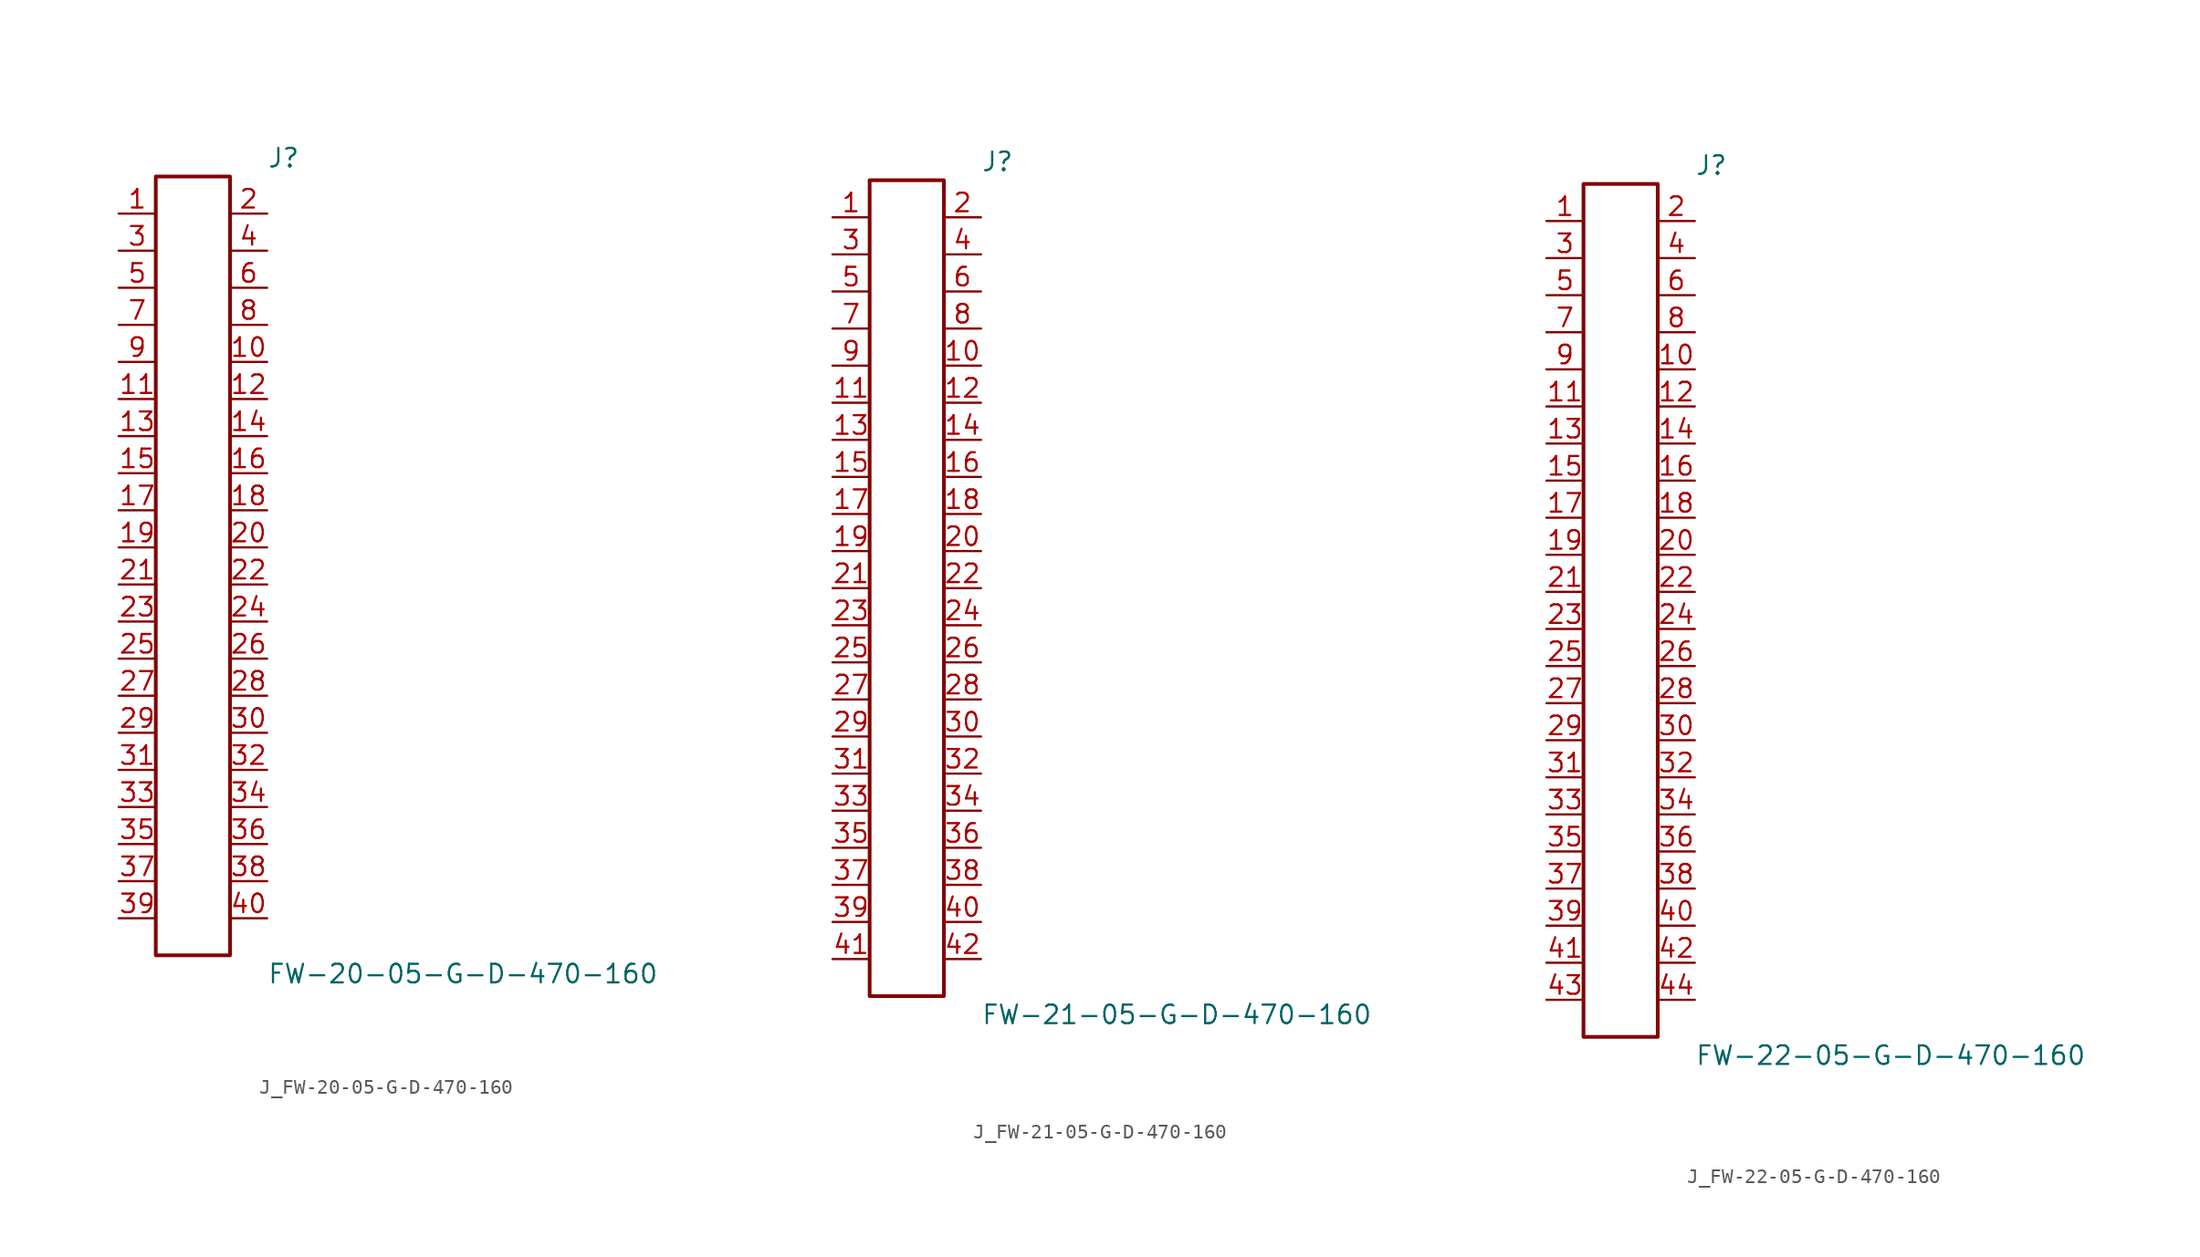
<source format=kicad_sym>
(kicad_symbol_lib
  (version 20231120)
  (generator kicad_symbol_editor)
  (generator_version 8.0)
  (symbol "J_FW-20-05-G-D-470-160"
    (pin_names
      (offset 0.254))
    (property "Reference" "J"
      (at 5.08 27.94 0)
      (effects (font (size 1.27 1.27)) (justify left)))
    (property "Value" "FW-20-05-G-D-470-160"
      (at 5.08 -27.94 0)
      (effects (font (size 1.27 1.27)) (justify left)))
    (symbol "J_FW-20-05-G-D-470-160_0_0"
      (pin unspecified line (at -5.08 24.13 0) (length 2.54) (name "" (effects (font (size 1.27 1.27)))) (number "1" (effects (font (size 1.27 1.27)))))
      (pin unspecified line (at 5.08 24.13 180) (length 2.54) (name "" (effects (font (size 1.27 1.27)))) (number "2" (effects (font (size 1.27 1.27)))))
      (pin unspecified line (at -5.08 21.59 0) (length 2.54) (name "" (effects (font (size 1.27 1.27)))) (number "3" (effects (font (size 1.27 1.27)))))
      (pin unspecified line (at 5.08 21.59 180) (length 2.54) (name "" (effects (font (size 1.27 1.27)))) (number "4" (effects (font (size 1.27 1.27)))))
      (pin unspecified line (at -5.08 19.05 0) (length 2.54) (name "" (effects (font (size 1.27 1.27)))) (number "5" (effects (font (size 1.27 1.27)))))
      (pin unspecified line (at 5.08 19.05 180) (length 2.54) (name "" (effects (font (size 1.27 1.27)))) (number "6" (effects (font (size 1.27 1.27)))))
      (pin unspecified line (at -5.08 16.51 0) (length 2.54) (name "" (effects (font (size 1.27 1.27)))) (number "7" (effects (font (size 1.27 1.27)))))
      (pin unspecified line (at 5.08 16.51 180) (length 2.54) (name "" (effects (font (size 1.27 1.27)))) (number "8" (effects (font (size 1.27 1.27)))))
      (pin unspecified line (at -5.08 13.97 0) (length 2.54) (name "" (effects (font (size 1.27 1.27)))) (number "9" (effects (font (size 1.27 1.27)))))
      (pin unspecified line (at 5.08 13.97 180) (length 2.54) (name "" (effects (font (size 1.27 1.27)))) (number "10" (effects (font (size 1.27 1.27)))))
      (pin unspecified line (at -5.08 11.43 0) (length 2.54) (name "" (effects (font (size 1.27 1.27)))) (number "11" (effects (font (size 1.27 1.27)))))
      (pin unspecified line (at 5.08 11.43 180) (length 2.54) (name "" (effects (font (size 1.27 1.27)))) (number "12" (effects (font (size 1.27 1.27)))))
      (pin unspecified line (at -5.08 8.89 0) (length 2.54) (name "" (effects (font (size 1.27 1.27)))) (number "13" (effects (font (size 1.27 1.27)))))
      (pin unspecified line (at 5.08 8.89 180) (length 2.54) (name "" (effects (font (size 1.27 1.27)))) (number "14" (effects (font (size 1.27 1.27)))))
      (pin unspecified line (at -5.08 6.35 0) (length 2.54) (name "" (effects (font (size 1.27 1.27)))) (number "15" (effects (font (size 1.27 1.27)))))
      (pin unspecified line (at 5.08 6.35 180) (length 2.54) (name "" (effects (font (size 1.27 1.27)))) (number "16" (effects (font (size 1.27 1.27)))))
      (pin unspecified line (at -5.08 3.81 0) (length 2.54) (name "" (effects (font (size 1.27 1.27)))) (number "17" (effects (font (size 1.27 1.27)))))
      (pin unspecified line (at 5.08 3.81 180) (length 2.54) (name "" (effects (font (size 1.27 1.27)))) (number "18" (effects (font (size 1.27 1.27)))))
      (pin unspecified line (at -5.08 1.27 0) (length 2.54) (name "" (effects (font (size 1.27 1.27)))) (number "19" (effects (font (size 1.27 1.27)))))
      (pin unspecified line (at 5.08 1.27 180) (length 2.54) (name "" (effects (font (size 1.27 1.27)))) (number "20" (effects (font (size 1.27 1.27)))))
      (pin unspecified line (at -5.08 -1.27 0) (length 2.54) (name "" (effects (font (size 1.27 1.27)))) (number "21" (effects (font (size 1.27 1.27)))))
      (pin unspecified line (at 5.08 -1.27 180) (length 2.54) (name "" (effects (font (size 1.27 1.27)))) (number "22" (effects (font (size 1.27 1.27)))))
      (pin unspecified line (at -5.08 -3.81 0) (length 2.54) (name "" (effects (font (size 1.27 1.27)))) (number "23" (effects (font (size 1.27 1.27)))))
      (pin unspecified line (at 5.08 -3.81 180) (length 2.54) (name "" (effects (font (size 1.27 1.27)))) (number "24" (effects (font (size 1.27 1.27)))))
      (pin unspecified line (at -5.08 -6.35 0) (length 2.54) (name "" (effects (font (size 1.27 1.27)))) (number "25" (effects (font (size 1.27 1.27)))))
      (pin unspecified line (at 5.08 -6.35 180) (length 2.54) (name "" (effects (font (size 1.27 1.27)))) (number "26" (effects (font (size 1.27 1.27)))))
      (pin unspecified line (at -5.08 -8.89 0) (length 2.54) (name "" (effects (font (size 1.27 1.27)))) (number "27" (effects (font (size 1.27 1.27)))))
      (pin unspecified line (at 5.08 -8.89 180) (length 2.54) (name "" (effects (font (size 1.27 1.27)))) (number "28" (effects (font (size 1.27 1.27)))))
      (pin unspecified line (at -5.08 -11.43 0) (length 2.54) (name "" (effects (font (size 1.27 1.27)))) (number "29" (effects (font (size 1.27 1.27)))))
      (pin unspecified line (at 5.08 -11.43 180) (length 2.54) (name "" (effects (font (size 1.27 1.27)))) (number "30" (effects (font (size 1.27 1.27)))))
      (pin unspecified line (at -5.08 -13.97 0) (length 2.54) (name "" (effects (font (size 1.27 1.27)))) (number "31" (effects (font (size 1.27 1.27)))))
      (pin unspecified line (at 5.08 -13.97 180) (length 2.54) (name "" (effects (font (size 1.27 1.27)))) (number "32" (effects (font (size 1.27 1.27)))))
      (pin unspecified line (at -5.08 -16.51 0) (length 2.54) (name "" (effects (font (size 1.27 1.27)))) (number "33" (effects (font (size 1.27 1.27)))))
      (pin unspecified line (at 5.08 -16.51 180) (length 2.54) (name "" (effects (font (size 1.27 1.27)))) (number "34" (effects (font (size 1.27 1.27)))))
      (pin unspecified line (at -5.08 -19.05 0) (length 2.54) (name "" (effects (font (size 1.27 1.27)))) (number "35" (effects (font (size 1.27 1.27)))))
      (pin unspecified line (at 5.08 -19.05 180) (length 2.54) (name "" (effects (font (size 1.27 1.27)))) (number "36" (effects (font (size 1.27 1.27)))))
      (pin unspecified line (at -5.08 -21.59 0) (length 2.54) (name "" (effects (font (size 1.27 1.27)))) (number "37" (effects (font (size 1.27 1.27)))))
      (pin unspecified line (at 5.08 -21.59 180) (length 2.54) (name "" (effects (font (size 1.27 1.27)))) (number "38" (effects (font (size 1.27 1.27)))))
      (pin unspecified line (at -5.08 -24.13 0) (length 2.54) (name "" (effects (font (size 1.27 1.27)))) (number "39" (effects (font (size 1.27 1.27)))))
      (pin unspecified line (at 5.08 -24.13 180) (length 2.54) (name "" (effects (font (size 1.27 1.27)))) (number "40" (effects (font (size 1.27 1.27))))))
    (symbol "J_FW-20-05-G-D-470-160_1_0"
      (rectangle (start -2.54 26.67) (end 2.54 -26.67) (stroke (width 0.254) (type solid)) (fill (type none)))))
  (symbol "J_FW-21-05-G-D-470-160"
    (pin_names
      (offset 0.254))
    (property "Reference" "J"
      (at 5.08 29.21 0)
      (effects (font (size 1.27 1.27)) (justify left)))
    (property "Value" "FW-21-05-G-D-470-160"
      (at 5.08 -29.21 0)
      (effects (font (size 1.27 1.27)) (justify left)))
    (symbol "J_FW-21-05-G-D-470-160_0_0"
      (pin unspecified line (at -5.08 25.4 0) (length 2.54) (name "" (effects (font (size 1.27 1.27)))) (number "1" (effects (font (size 1.27 1.27)))))
      (pin unspecified line (at 5.08 25.4 180) (length 2.54) (name "" (effects (font (size 1.27 1.27)))) (number "2" (effects (font (size 1.27 1.27)))))
      (pin unspecified line (at -5.08 22.86 0) (length 2.54) (name "" (effects (font (size 1.27 1.27)))) (number "3" (effects (font (size 1.27 1.27)))))
      (pin unspecified line (at 5.08 22.86 180) (length 2.54) (name "" (effects (font (size 1.27 1.27)))) (number "4" (effects (font (size 1.27 1.27)))))
      (pin unspecified line (at -5.08 20.32 0) (length 2.54) (name "" (effects (font (size 1.27 1.27)))) (number "5" (effects (font (size 1.27 1.27)))))
      (pin unspecified line (at 5.08 20.32 180) (length 2.54) (name "" (effects (font (size 1.27 1.27)))) (number "6" (effects (font (size 1.27 1.27)))))
      (pin unspecified line (at -5.08 17.78 0) (length 2.54) (name "" (effects (font (size 1.27 1.27)))) (number "7" (effects (font (size 1.27 1.27)))))
      (pin unspecified line (at 5.08 17.78 180) (length 2.54) (name "" (effects (font (size 1.27 1.27)))) (number "8" (effects (font (size 1.27 1.27)))))
      (pin unspecified line (at -5.08 15.24 0) (length 2.54) (name "" (effects (font (size 1.27 1.27)))) (number "9" (effects (font (size 1.27 1.27)))))
      (pin unspecified line (at 5.08 15.24 180) (length 2.54) (name "" (effects (font (size 1.27 1.27)))) (number "10" (effects (font (size 1.27 1.27)))))
      (pin unspecified line (at -5.08 12.7 0) (length 2.54) (name "" (effects (font (size 1.27 1.27)))) (number "11" (effects (font (size 1.27 1.27)))))
      (pin unspecified line (at 5.08 12.7 180) (length 2.54) (name "" (effects (font (size 1.27 1.27)))) (number "12" (effects (font (size 1.27 1.27)))))
      (pin unspecified line (at -5.08 10.16 0) (length 2.54) (name "" (effects (font (size 1.27 1.27)))) (number "13" (effects (font (size 1.27 1.27)))))
      (pin unspecified line (at 5.08 10.16 180) (length 2.54) (name "" (effects (font (size 1.27 1.27)))) (number "14" (effects (font (size 1.27 1.27)))))
      (pin unspecified line (at -5.08 7.62 0) (length 2.54) (name "" (effects (font (size 1.27 1.27)))) (number "15" (effects (font (size 1.27 1.27)))))
      (pin unspecified line (at 5.08 7.62 180) (length 2.54) (name "" (effects (font (size 1.27 1.27)))) (number "16" (effects (font (size 1.27 1.27)))))
      (pin unspecified line (at -5.08 5.08 0) (length 2.54) (name "" (effects (font (size 1.27 1.27)))) (number "17" (effects (font (size 1.27 1.27)))))
      (pin unspecified line (at 5.08 5.08 180) (length 2.54) (name "" (effects (font (size 1.27 1.27)))) (number "18" (effects (font (size 1.27 1.27)))))
      (pin unspecified line (at -5.08 2.54 0) (length 2.54) (name "" (effects (font (size 1.27 1.27)))) (number "19" (effects (font (size 1.27 1.27)))))
      (pin unspecified line (at 5.08 2.54 180) (length 2.54) (name "" (effects (font (size 1.27 1.27)))) (number "20" (effects (font (size 1.27 1.27)))))
      (pin unspecified line (at -5.08 0.0 0) (length 2.54) (name "" (effects (font (size 1.27 1.27)))) (number "21" (effects (font (size 1.27 1.27)))))
      (pin unspecified line (at 5.08 0.0 180) (length 2.54) (name "" (effects (font (size 1.27 1.27)))) (number "22" (effects (font (size 1.27 1.27)))))
      (pin unspecified line (at -5.08 -2.54 0) (length 2.54) (name "" (effects (font (size 1.27 1.27)))) (number "23" (effects (font (size 1.27 1.27)))))
      (pin unspecified line (at 5.08 -2.54 180) (length 2.54) (name "" (effects (font (size 1.27 1.27)))) (number "24" (effects (font (size 1.27 1.27)))))
      (pin unspecified line (at -5.08 -5.08 0) (length 2.54) (name "" (effects (font (size 1.27 1.27)))) (number "25" (effects (font (size 1.27 1.27)))))
      (pin unspecified line (at 5.08 -5.08 180) (length 2.54) (name "" (effects (font (size 1.27 1.27)))) (number "26" (effects (font (size 1.27 1.27)))))
      (pin unspecified line (at -5.08 -7.62 0) (length 2.54) (name "" (effects (font (size 1.27 1.27)))) (number "27" (effects (font (size 1.27 1.27)))))
      (pin unspecified line (at 5.08 -7.62 180) (length 2.54) (name "" (effects (font (size 1.27 1.27)))) (number "28" (effects (font (size 1.27 1.27)))))
      (pin unspecified line (at -5.08 -10.16 0) (length 2.54) (name "" (effects (font (size 1.27 1.27)))) (number "29" (effects (font (size 1.27 1.27)))))
      (pin unspecified line (at 5.08 -10.16 180) (length 2.54) (name "" (effects (font (size 1.27 1.27)))) (number "30" (effects (font (size 1.27 1.27)))))
      (pin unspecified line (at -5.08 -12.7 0) (length 2.54) (name "" (effects (font (size 1.27 1.27)))) (number "31" (effects (font (size 1.27 1.27)))))
      (pin unspecified line (at 5.08 -12.7 180) (length 2.54) (name "" (effects (font (size 1.27 1.27)))) (number "32" (effects (font (size 1.27 1.27)))))
      (pin unspecified line (at -5.08 -15.24 0) (length 2.54) (name "" (effects (font (size 1.27 1.27)))) (number "33" (effects (font (size 1.27 1.27)))))
      (pin unspecified line (at 5.08 -15.24 180) (length 2.54) (name "" (effects (font (size 1.27 1.27)))) (number "34" (effects (font (size 1.27 1.27)))))
      (pin unspecified line (at -5.08 -17.78 0) (length 2.54) (name "" (effects (font (size 1.27 1.27)))) (number "35" (effects (font (size 1.27 1.27)))))
      (pin unspecified line (at 5.08 -17.78 180) (length 2.54) (name "" (effects (font (size 1.27 1.27)))) (number "36" (effects (font (size 1.27 1.27)))))
      (pin unspecified line (at -5.08 -20.32 0) (length 2.54) (name "" (effects (font (size 1.27 1.27)))) (number "37" (effects (font (size 1.27 1.27)))))
      (pin unspecified line (at 5.08 -20.32 180) (length 2.54) (name "" (effects (font (size 1.27 1.27)))) (number "38" (effects (font (size 1.27 1.27)))))
      (pin unspecified line (at -5.08 -22.86 0) (length 2.54) (name "" (effects (font (size 1.27 1.27)))) (number "39" (effects (font (size 1.27 1.27)))))
      (pin unspecified line (at 5.08 -22.86 180) (length 2.54) (name "" (effects (font (size 1.27 1.27)))) (number "40" (effects (font (size 1.27 1.27)))))
      (pin unspecified line (at -5.08 -25.4 0) (length 2.54) (name "" (effects (font (size 1.27 1.27)))) (number "41" (effects (font (size 1.27 1.27)))))
      (pin unspecified line (at 5.08 -25.4 180) (length 2.54) (name "" (effects (font (size 1.27 1.27)))) (number "42" (effects (font (size 1.27 1.27))))))
    (symbol "J_FW-21-05-G-D-470-160_1_0"
      (rectangle (start -2.54 27.94) (end 2.54 -27.94) (stroke (width 0.254) (type solid)) (fill (type none)))))
  (symbol "J_FW-22-05-G-D-470-160"
    (pin_names
      (offset 0.254))
    (property "Reference" "J"
      (at 5.08 30.48 0)
      (effects (font (size 1.27 1.27)) (justify left)))
    (property "Value" "FW-22-05-G-D-470-160"
      (at 5.08 -30.48 0)
      (effects (font (size 1.27 1.27)) (justify left)))
    (symbol "J_FW-22-05-G-D-470-160_0_0"
      (pin unspecified line (at -5.08 26.67 0) (length 2.54) (name "" (effects (font (size 1.27 1.27)))) (number "1" (effects (font (size 1.27 1.27)))))
      (pin unspecified line (at 5.08 26.67 180) (length 2.54) (name "" (effects (font (size 1.27 1.27)))) (number "2" (effects (font (size 1.27 1.27)))))
      (pin unspecified line (at -5.08 24.13 0) (length 2.54) (name "" (effects (font (size 1.27 1.27)))) (number "3" (effects (font (size 1.27 1.27)))))
      (pin unspecified line (at 5.08 24.13 180) (length 2.54) (name "" (effects (font (size 1.27 1.27)))) (number "4" (effects (font (size 1.27 1.27)))))
      (pin unspecified line (at -5.08 21.59 0) (length 2.54) (name "" (effects (font (size 1.27 1.27)))) (number "5" (effects (font (size 1.27 1.27)))))
      (pin unspecified line (at 5.08 21.59 180) (length 2.54) (name "" (effects (font (size 1.27 1.27)))) (number "6" (effects (font (size 1.27 1.27)))))
      (pin unspecified line (at -5.08 19.05 0) (length 2.54) (name "" (effects (font (size 1.27 1.27)))) (number "7" (effects (font (size 1.27 1.27)))))
      (pin unspecified line (at 5.08 19.05 180) (length 2.54) (name "" (effects (font (size 1.27 1.27)))) (number "8" (effects (font (size 1.27 1.27)))))
      (pin unspecified line (at -5.08 16.51 0) (length 2.54) (name "" (effects (font (size 1.27 1.27)))) (number "9" (effects (font (size 1.27 1.27)))))
      (pin unspecified line (at 5.08 16.51 180) (length 2.54) (name "" (effects (font (size 1.27 1.27)))) (number "10" (effects (font (size 1.27 1.27)))))
      (pin unspecified line (at -5.08 13.97 0) (length 2.54) (name "" (effects (font (size 1.27 1.27)))) (number "11" (effects (font (size 1.27 1.27)))))
      (pin unspecified line (at 5.08 13.97 180) (length 2.54) (name "" (effects (font (size 1.27 1.27)))) (number "12" (effects (font (size 1.27 1.27)))))
      (pin unspecified line (at -5.08 11.43 0) (length 2.54) (name "" (effects (font (size 1.27 1.27)))) (number "13" (effects (font (size 1.27 1.27)))))
      (pin unspecified line (at 5.08 11.43 180) (length 2.54) (name "" (effects (font (size 1.27 1.27)))) (number "14" (effects (font (size 1.27 1.27)))))
      (pin unspecified line (at -5.08 8.89 0) (length 2.54) (name "" (effects (font (size 1.27 1.27)))) (number "15" (effects (font (size 1.27 1.27)))))
      (pin unspecified line (at 5.08 8.89 180) (length 2.54) (name "" (effects (font (size 1.27 1.27)))) (number "16" (effects (font (size 1.27 1.27)))))
      (pin unspecified line (at -5.08 6.35 0) (length 2.54) (name "" (effects (font (size 1.27 1.27)))) (number "17" (effects (font (size 1.27 1.27)))))
      (pin unspecified line (at 5.08 6.35 180) (length 2.54) (name "" (effects (font (size 1.27 1.27)))) (number "18" (effects (font (size 1.27 1.27)))))
      (pin unspecified line (at -5.08 3.81 0) (length 2.54) (name "" (effects (font (size 1.27 1.27)))) (number "19" (effects (font (size 1.27 1.27)))))
      (pin unspecified line (at 5.08 3.81 180) (length 2.54) (name "" (effects (font (size 1.27 1.27)))) (number "20" (effects (font (size 1.27 1.27)))))
      (pin unspecified line (at -5.08 1.27 0) (length 2.54) (name "" (effects (font (size 1.27 1.27)))) (number "21" (effects (font (size 1.27 1.27)))))
      (pin unspecified line (at 5.08 1.27 180) (length 2.54) (name "" (effects (font (size 1.27 1.27)))) (number "22" (effects (font (size 1.27 1.27)))))
      (pin unspecified line (at -5.08 -1.27 0) (length 2.54) (name "" (effects (font (size 1.27 1.27)))) (number "23" (effects (font (size 1.27 1.27)))))
      (pin unspecified line (at 5.08 -1.27 180) (length 2.54) (name "" (effects (font (size 1.27 1.27)))) (number "24" (effects (font (size 1.27 1.27)))))
      (pin unspecified line (at -5.08 -3.81 0) (length 2.54) (name "" (effects (font (size 1.27 1.27)))) (number "25" (effects (font (size 1.27 1.27)))))
      (pin unspecified line (at 5.08 -3.81 180) (length 2.54) (name "" (effects (font (size 1.27 1.27)))) (number "26" (effects (font (size 1.27 1.27)))))
      (pin unspecified line (at -5.08 -6.35 0) (length 2.54) (name "" (effects (font (size 1.27 1.27)))) (number "27" (effects (font (size 1.27 1.27)))))
      (pin unspecified line (at 5.08 -6.35 180) (length 2.54) (name "" (effects (font (size 1.27 1.27)))) (number "28" (effects (font (size 1.27 1.27)))))
      (pin unspecified line (at -5.08 -8.89 0) (length 2.54) (name "" (effects (font (size 1.27 1.27)))) (number "29" (effects (font (size 1.27 1.27)))))
      (pin unspecified line (at 5.08 -8.89 180) (length 2.54) (name "" (effects (font (size 1.27 1.27)))) (number "30" (effects (font (size 1.27 1.27)))))
      (pin unspecified line (at -5.08 -11.43 0) (length 2.54) (name "" (effects (font (size 1.27 1.27)))) (number "31" (effects (font (size 1.27 1.27)))))
      (pin unspecified line (at 5.08 -11.43 180) (length 2.54) (name "" (effects (font (size 1.27 1.27)))) (number "32" (effects (font (size 1.27 1.27)))))
      (pin unspecified line (at -5.08 -13.97 0) (length 2.54) (name "" (effects (font (size 1.27 1.27)))) (number "33" (effects (font (size 1.27 1.27)))))
      (pin unspecified line (at 5.08 -13.97 180) (length 2.54) (name "" (effects (font (size 1.27 1.27)))) (number "34" (effects (font (size 1.27 1.27)))))
      (pin unspecified line (at -5.08 -16.51 0) (length 2.54) (name "" (effects (font (size 1.27 1.27)))) (number "35" (effects (font (size 1.27 1.27)))))
      (pin unspecified line (at 5.08 -16.51 180) (length 2.54) (name "" (effects (font (size 1.27 1.27)))) (number "36" (effects (font (size 1.27 1.27)))))
      (pin unspecified line (at -5.08 -19.05 0) (length 2.54) (name "" (effects (font (size 1.27 1.27)))) (number "37" (effects (font (size 1.27 1.27)))))
      (pin unspecified line (at 5.08 -19.05 180) (length 2.54) (name "" (effects (font (size 1.27 1.27)))) (number "38" (effects (font (size 1.27 1.27)))))
      (pin unspecified line (at -5.08 -21.59 0) (length 2.54) (name "" (effects (font (size 1.27 1.27)))) (number "39" (effects (font (size 1.27 1.27)))))
      (pin unspecified line (at 5.08 -21.59 180) (length 2.54) (name "" (effects (font (size 1.27 1.27)))) (number "40" (effects (font (size 1.27 1.27)))))
      (pin unspecified line (at -5.08 -24.13 0) (length 2.54) (name "" (effects (font (size 1.27 1.27)))) (number "41" (effects (font (size 1.27 1.27)))))
      (pin unspecified line (at 5.08 -24.13 180) (length 2.54) (name "" (effects (font (size 1.27 1.27)))) (number "42" (effects (font (size 1.27 1.27)))))
      (pin unspecified line (at -5.08 -26.67 0) (length 2.54) (name "" (effects (font (size 1.27 1.27)))) (number "43" (effects (font (size 1.27 1.27)))))
      (pin unspecified line (at 5.08 -26.67 180) (length 2.54) (name "" (effects (font (size 1.27 1.27)))) (number "44" (effects (font (size 1.27 1.27))))))
    (symbol "J_FW-22-05-G-D-470-160_1_0"
      (rectangle (start -2.54 29.21) (end 2.54 -29.21) (stroke (width 0.254) (type solid)) (fill (type none))))))
</source>
